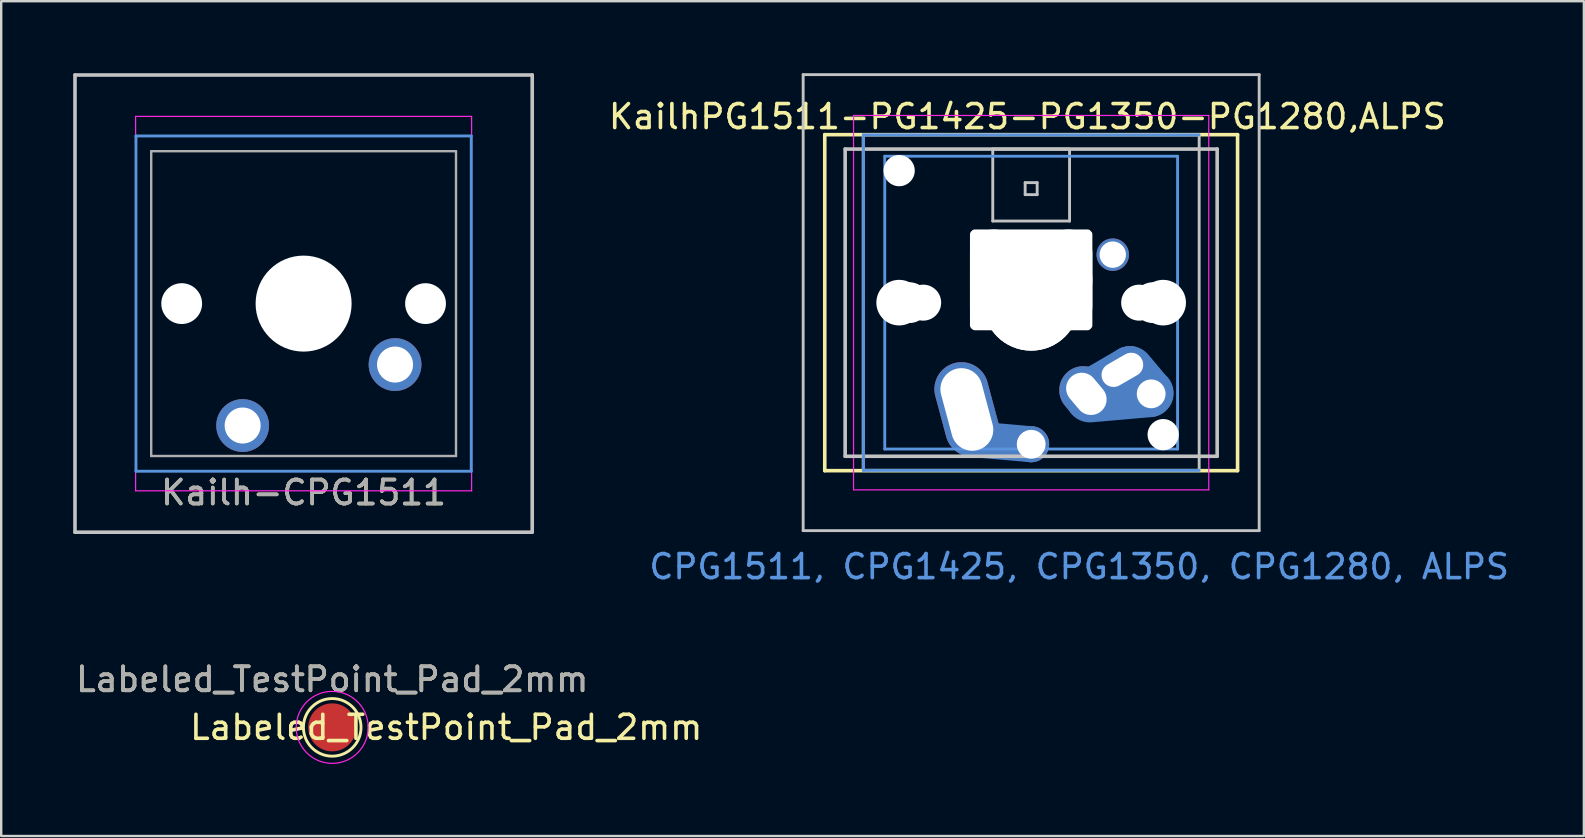
<source format=kicad_pcb>
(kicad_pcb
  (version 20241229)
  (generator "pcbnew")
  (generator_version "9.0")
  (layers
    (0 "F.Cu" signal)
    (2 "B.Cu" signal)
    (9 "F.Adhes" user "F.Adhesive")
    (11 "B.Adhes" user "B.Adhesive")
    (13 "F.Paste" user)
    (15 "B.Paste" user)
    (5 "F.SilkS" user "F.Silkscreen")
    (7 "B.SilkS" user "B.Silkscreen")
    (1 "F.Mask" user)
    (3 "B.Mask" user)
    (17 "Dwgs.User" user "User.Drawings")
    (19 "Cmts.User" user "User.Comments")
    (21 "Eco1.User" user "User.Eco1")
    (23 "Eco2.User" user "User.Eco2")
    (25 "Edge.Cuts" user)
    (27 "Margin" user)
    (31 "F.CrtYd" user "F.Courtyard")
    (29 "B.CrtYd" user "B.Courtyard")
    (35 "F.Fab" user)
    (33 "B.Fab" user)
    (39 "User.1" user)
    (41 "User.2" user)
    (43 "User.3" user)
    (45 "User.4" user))
  (footprint "Labeled_TestPoint_Pad_2mm"
    (layer "F.Cu")
    (at 10.792 27.256)
    (property "Reference" "Labeled_TestPoint_Pad_2mm" (at 0 -1.998 0) (layer "F.SilkS") (effects (font (size 1 1) (thickness 0.15))))
    (property "Value" "Labeled_TestPoint_Pad_2mm" (at 0 2.05 0) (layer "F.Fab") (hide yes) (effects (font (size 1 1) (thickness 0.15))))
    (attr exclude_from_pos_files exclude_from_bom)
    (fp_circle (center 0 0) (end 0 1.2) (stroke (width 0.12) (type solid)) (fill no) (layer "F.SilkS"))
    (fp_circle (center 0 0) (end 1.5 0) (stroke (width 0.05) (type solid)) (fill no) (layer "F.CrtYd"))
    (fp_text user "${VALUE}" (at 4.75 0 0) (layer "F.SilkS") (effects (font (size 1 1) (thickness 0.15))))
    (fp_text user "${REFERENCE}" (at 0 -2 0) (layer "F.Fab") (effects (font (size 1 1) (thickness 0.15))))
    (pad "1" smd circle (at 0 0) (size 2 2) (layers "F.Cu" "F.Mask")))
  (footprint "Kailh-CPG1511"
    (layer "F.Cu")
    (at 9.6 9.6)
    (property "Reference" "Kailh-CPG1511" (at 0 7.874 180) (layer "F.SilkS") (effects (font (size 1 1) (thickness 0.15))))
    (attr through_hole)
    (fp_line (start -9.525 -9.525) (end 9.525 -9.525) (stroke (width 0.15) (type solid)) (layer "Dwgs.User"))
    (fp_line (start -9.525 9.525) (end -9.525 -9.525) (stroke (width 0.15) (type solid)) (layer "Dwgs.User"))
    (fp_line (start 9.525 -9.525) (end 9.525 9.525) (stroke (width 0.15) (type solid)) (layer "Dwgs.User"))
    (fp_line (start 9.525 9.525) (end -9.525 9.525) (stroke (width 0.15) (type solid)) (layer "Dwgs.User"))
    (fp_line (start -6.985 -6.985) (end 6.985 -6.985) (stroke (width 0.12) (type solid)) (layer "Cmts.User"))
    (fp_line (start -6.985 6.985) (end -6.985 -6.985) (stroke (width 0.12) (type solid)) (layer "Cmts.User"))
    (fp_line (start 6.985 -6.985) (end 6.985 6.985) (stroke (width 0.12) (type solid)) (layer "Cmts.User"))
    (fp_line (start 6.985 6.985) (end -6.985 6.985) (stroke (width 0.12) (type solid)) (layer "Cmts.User"))
    (fp_line (start -7 -7.8) (end 7 -7.8) (stroke (width 0.05) (type solid)) (layer "F.CrtYd"))
    (fp_line (start -7 7.8) (end -7 -7.8) (stroke (width 0.05) (type solid)) (layer "F.CrtYd"))
    (fp_line (start 7 -7.8) (end 7 7.8) (stroke (width 0.05) (type solid)) (layer "F.CrtYd"))
    (fp_line (start 7 7.8) (end -7 7.8) (stroke (width 0.05) (type solid)) (layer "F.CrtYd"))
    (fp_line (start -6.35 -6.35) (end 6.35 -6.35) (stroke (width 0.1) (type solid)) (layer "F.Fab"))
    (fp_line (start -6.35 6.35) (end -6.35 -6.35) (stroke (width 0.1) (type solid)) (layer "F.Fab"))
    (fp_line (start 6.35 -6.35) (end 6.35 6.35) (stroke (width 0.1) (type solid)) (layer "F.Fab"))
    (fp_line (start 6.35 6.35) (end -6.35 6.35) (stroke (width 0.1) (type solid)) (layer "F.Fab"))
    (fp_text user "${REFERENCE}" (at 0 7.874 180) (layer "F.Fab") (effects (font (size 1 1) (thickness 0.15))))
    (pad "" np_thru_hole circle (at -5.08 0 180) (size 1.7 1.7) (drill 1.7) (layers "*.Cu" "*.Mask"))
    (pad "" np_thru_hole circle (at 0 0 180) (size 4 4) (drill 4) (layers "*.Cu" "*.Mask"))
    (pad "" np_thru_hole circle (at 5.08 0 180) (size 1.7 1.7) (drill 1.7) (layers "*.Cu" "*.Mask"))
    (pad "1" thru_hole circle (at -2.54 5.08 180) (size 2.2 2.2) (drill 1.5) (layers "*.Cu" "*.Mask"))
    (pad "2" thru_hole circle (at 3.81 2.54 180) (size 2.2 2.2) (drill 1.5) (layers "*.Cu" "*.Mask")))
  (footprint "KailhPG1511-PG1425-PG1350-PG1280,ALPS"
    (layer "F.Cu")
    (at 39.914 9.56)
    (property "Reference" "KailhPG1511-PG1425-PG1350-PG1280,ALPS" (at -0.16 -7.75 0) (layer "F.SilkS") (effects (font (size 1 1) (thickness 0.15))))
    (attr smd)
    (fp_line (start -8.6 -7) (end 8.6 -7) (stroke (width 0.15) (type solid)) (layer "F.SilkS"))
    (fp_line (start -8.6 7) (end -8.6 -7) (stroke (width 0.15) (type solid)) (layer "F.SilkS"))
    (fp_line (start 8.6 -7) (end 8.6 7) (stroke (width 0.15) (type solid)) (layer "F.SilkS"))
    (fp_line (start 8.6 7) (end -8.6 7) (stroke (width 0.15) (type solid)) (layer "F.SilkS"))
    (fp_line (start 6 7) (end 7 7) (stroke (width 0.1) (type solid)) (layer "B.SilkS"))
    (fp_line (start 6 7) (end 7 7) (stroke (width 0.1) (type solid)) (layer "B.SilkS"))
    (fp_line (start -9.5 -9.5) (end 9.5 -9.5) (stroke (width 0.12) (type solid)) (layer "Dwgs.User"))
    (fp_line (start -9.5 9.5) (end -9.5 -9.5) (stroke (width 0.12) (type solid)) (layer "Dwgs.User"))
    (fp_line (start -7.75 -6.4) (end 7.75 -6.4) (stroke (width 0.15) (type solid)) (layer "Dwgs.User"))
    (fp_line (start -7.75 6.4) (end -7.75 -6.4) (stroke (width 0.15) (type solid)) (layer "Dwgs.User"))
    (fp_line (start -7 -7) (end 7 -7) (stroke (width 0.12) (type solid)) (layer "Dwgs.User"))
    (fp_line (start -7 7) (end -7 -7) (stroke (width 0.12) (type solid)) (layer "Dwgs.User"))
    (fp_line (start -1.6 -6.4) (end 1.6 -6.4) (stroke (width 0.12) (type solid)) (layer "Dwgs.User"))
    (fp_line (start -1.6 -3.4) (end -1.6 -6.4) (stroke (width 0.12) (type solid)) (layer "Dwgs.User"))
    (fp_line (start -1.6 -3.4) (end 1.6 -3.4) (stroke (width 0.12) (type solid)) (layer "Dwgs.User"))
    (fp_line (start -0.25 -5) (end 0.25 -5) (stroke (width 0.12) (type solid)) (layer "Dwgs.User"))
    (fp_line (start -0.25 -4.5) (end -0.25 -5) (stroke (width 0.12) (type solid)) (layer "Dwgs.User"))
    (fp_line (start 0.25 -5) (end 0.25 -4.5) (stroke (width 0.12) (type solid)) (layer "Dwgs.User"))
    (fp_line (start 0.25 -4.5) (end -0.25 -4.5) (stroke (width 0.12) (type solid)) (layer "Dwgs.User"))
    (fp_line (start 1.6 -6.39) (end 1.6 -3.4) (stroke (width 0.12) (type solid)) (layer "Dwgs.User"))
    (fp_line (start 4.5 -0.25) (end 5 -0.25) (stroke (width 0.12) (type solid)) (layer "Dwgs.User"))
    (fp_line (start 4.5 0.25) (end 4.5 -0.25) (stroke (width 0.12) (type solid)) (layer "Dwgs.User"))
    (fp_line (start 5 -0.25) (end 5 0.25) (stroke (width 0.12) (type solid)) (layer "Dwgs.User"))
    (fp_line (start 5 0.25) (end 4.5 0.25) (stroke (width 0.12) (type solid)) (layer "Dwgs.User"))
    (fp_line (start 7 -7) (end 7 7) (stroke (width 0.12) (type solid)) (layer "Dwgs.User"))
    (fp_line (start 7 7) (end -7 7) (stroke (width 0.12) (type solid)) (layer "Dwgs.User"))
    (fp_line (start 7.75 -6.4) (end 7.75 6.4) (stroke (width 0.15) (type solid)) (layer "Dwgs.User"))
    (fp_line (start 7.75 6.4) (end -7.75 6.4) (stroke (width 0.15) (type solid)) (layer "Dwgs.User"))
    (fp_line (start 9.5 -9.5) (end 9.5 9.5) (stroke (width 0.12) (type solid)) (layer "Dwgs.User"))
    (fp_line (start 9.5 9.5) (end -9.5 9.5) (stroke (width 0.12) (type solid)) (layer "Dwgs.User"))
    (fp_line (start -6.985 -6.985) (end 6.985 -6.985) (stroke (width 0.12) (type solid)) (layer "Cmts.User"))
    (fp_line (start -6.985 6.985) (end -6.985 -6.985) (stroke (width 0.12) (type solid)) (layer "Cmts.User"))
    (fp_line (start -6.1 -6.1) (end 6.1 -6.1) (stroke (width 0.12) (type solid)) (layer "Cmts.User"))
    (fp_line (start -6.1 6.1) (end -6.1 -6.1) (stroke (width 0.12) (type solid)) (layer "Cmts.User"))
    (fp_line (start 0 1) (end 0 -1) (stroke (width 0.15) (type solid)) (layer "Cmts.User"))
    (fp_line (start 1 0) (end -1 0) (stroke (width 0.15) (type solid)) (layer "Cmts.User"))
    (fp_line (start 6.1 -6.1) (end 6.1 6.1) (stroke (width 0.12) (type solid)) (layer "Cmts.User"))
    (fp_line (start 6.1 6.1) (end -6.1 6.1) (stroke (width 0.12) (type solid)) (layer "Cmts.User"))
    (fp_line (start 6.985 6.985) (end -6.985 6.985) (stroke (width 0.12) (type solid)) (layer "Cmts.User"))
    (fp_line (start -2.5 -3) (end 2.5 -3) (stroke (width 0.12) (type solid)) (layer "Eco2.User"))
    (fp_line (start -2.5 1.1) (end -2.5 -3) (stroke (width 0.12) (type solid)) (layer "Eco2.User"))
    (fp_line (start 2.5 -3) (end 2.5 1.1) (stroke (width 0.12) (type solid)) (layer "Eco2.User"))
    (fp_line (start 2.5 1.1) (end -2.5 1.1) (stroke (width 0.12) (type solid)) (layer "Eco2.User"))
    (fp_line (start -7.4 -7.8) (end 7.4 -7.8) (stroke (width 0.05) (type solid)) (layer "F.CrtYd"))
    (fp_line (start -7.4 7.8) (end -7.4 -7.8) (stroke (width 0.05) (type solid)) (layer "F.CrtYd"))
    (fp_line (start 7.4 -7.8) (end 7.4 7.8) (stroke (width 0.05) (type solid)) (layer "F.CrtYd"))
    (fp_line (start 7.4 7.8) (end -7.4 7.8) (stroke (width 0.05) (type solid)) (layer "F.CrtYd"))
    (fp_text user "CPG1511, CPG1425, CPG1350, CPG1280, ALPS" (at 2 11 0) (layer "Cmts.User") (effects (font (size 1 1) (thickness 0.15))))
    (pad "" np_thru_hole circle (at -5.5 -5.5 90) (size 1.3 1.3) (drill 1.3) (layers "*.Cu" "*.Mask"))
    (pad "" np_thru_hole circle (at -5.5 0) (size 1.9 1.9) (drill 1.9) (layers "*.Cu" "*.Mask"))
    (pad "" np_thru_hole circle (at -5.08 0 180) (size 1.7 1.7) (drill 1.7) (layers "*.Cu" "*.Mask"))
    (pad "" np_thru_hole circle (at -4.5 0) (size 1.5 1.5) (drill 1.5) (layers "*.Cu" "*.Mask"))
    (pad "" np_thru_hole oval (at -2.4 -0.95 90) (size 4.1 0.3) (drill oval 4.1 0.3) (layers "*.Cu" "*.Mask"))
    (pad "" np_thru_hole oval (at -1.55 -0.95 90) (size 4.2 2) (drill oval 4.2 2) (layers "*.Cu" "*.Mask"))
    (pad "" np_thru_hole oval (at 0 -2.9 90) (size 0.3 5) (drill oval 0.3 5) (layers "*.Cu" "*.Mask"))
    (pad "" np_thru_hole oval (at 0 -0.95 90) (size 4.1 5.1) (drill oval 4.1 5.1) (layers "*.Cu" "*.Mask"))
    (pad "" np_thru_hole circle (at 0 0) (size 3.4 3.4) (drill 3.4) (layers "*.Cu" "*.Mask"))
    (pad "" np_thru_hole circle (at 0 0) (size 3.4 3.4) (drill 3.4) (layers "*.Cu" "*.Mask"))
    (pad "" np_thru_hole circle (at 0 0 180) (size 4 4) (drill 4) (layers "*.Cu" "*.Mask"))
    (pad "" np_thru_hole circle (at 0 0) (size 4 4) (drill 4) (layers "*.Cu" "*.Mask"))
    (pad "" np_thru_hole oval (at 0 1 90) (size 0.3 5) (drill oval 0.3 5) (layers "*.Cu" "*.Mask"))
    (pad "" np_thru_hole oval (at 1.55 -0.95 90) (size 4.2 2) (drill oval 4.2 2) (layers "*.Cu" "*.Mask"))
    (pad "" np_thru_hole oval (at 2.4 -0.95 90) (size 4.1 0.3) (drill oval 4.1 0.3) (layers "*.Cu" "*.Mask"))
    (pad "" np_thru_hole circle (at 4.5 0) (size 1.5 1.5) (drill 1.5) (layers "*.Cu" "*.Mask"))
    (pad "" np_thru_hole circle (at 5.08 0 180) (size 1.7 1.7) (drill 1.7) (layers "*.Cu" "*.Mask"))
    (pad "" np_thru_hole circle (at 5.5 0) (size 1.9 1.9) (drill 1.9) (layers "*.Cu" "*.Mask"))
    (pad "" np_thru_hole circle (at 5.5 5.5 90) (size 1.3 1.3) (drill 1.3) (layers "*.Cu" "*.Mask"))
    (pad "1" thru_hole oval (at -2.68 4.45 15) (size 2.25 4) (drill oval 1.75 3.5) (layers "*.Cu" "*.Mask"))
    (pad "1" smd oval (at -1.25 5.79 175) (size 4 1.5) (layers "B.Cu" "B.Mask"))
    (pad "1" thru_hole circle (at 0 5.9 180) (size 1.5 1.5) (drill 1.2) (layers "*.Cu" "*.Mask"))
    (pad "1" thru_hole circle (at 3.4 -2 270) (size 1.35 1.35) (drill 1.1) (layers "*.Cu" "*.Mask"))
    (pad "2" thru_hole oval (at 2.3 3.8 130) (size 2.4 2) (drill oval 1.9 1.3) (layers "*.Cu" "*.Mask"))
    (pad "2" smd oval (at 2.77 2.73 120) (size 0.5 3) (layers "B.Cu" "B.Mask"))
    (pad "2" smd oval (at 3.69 3.88 95) (size 2 4.5) (layers "B.Cu" "B.Mask"))
    (pad "2" thru_hole oval (at 3.8 2.8 210) (size 2.35 1.6) (drill oval 1.85 1) (layers "*.Cu" "*.Mask"))
    (pad "2" smd oval (at 4.52 3.29 40) (size 2 3.25) (layers "B.Cu" "B.Mask"))
    (pad "2" thru_hole circle (at 5 3.8 180) (size 1.7 1.7) (drill 1.2) (layers "*.Cu" "*.Mask")))
  (gr_rect
    (start -3 -3)
    (end 62.943 31.782)
    (stroke (width 0.1) (type default))
    (fill no)
    (layer "Edge.Cuts")))
</source>
